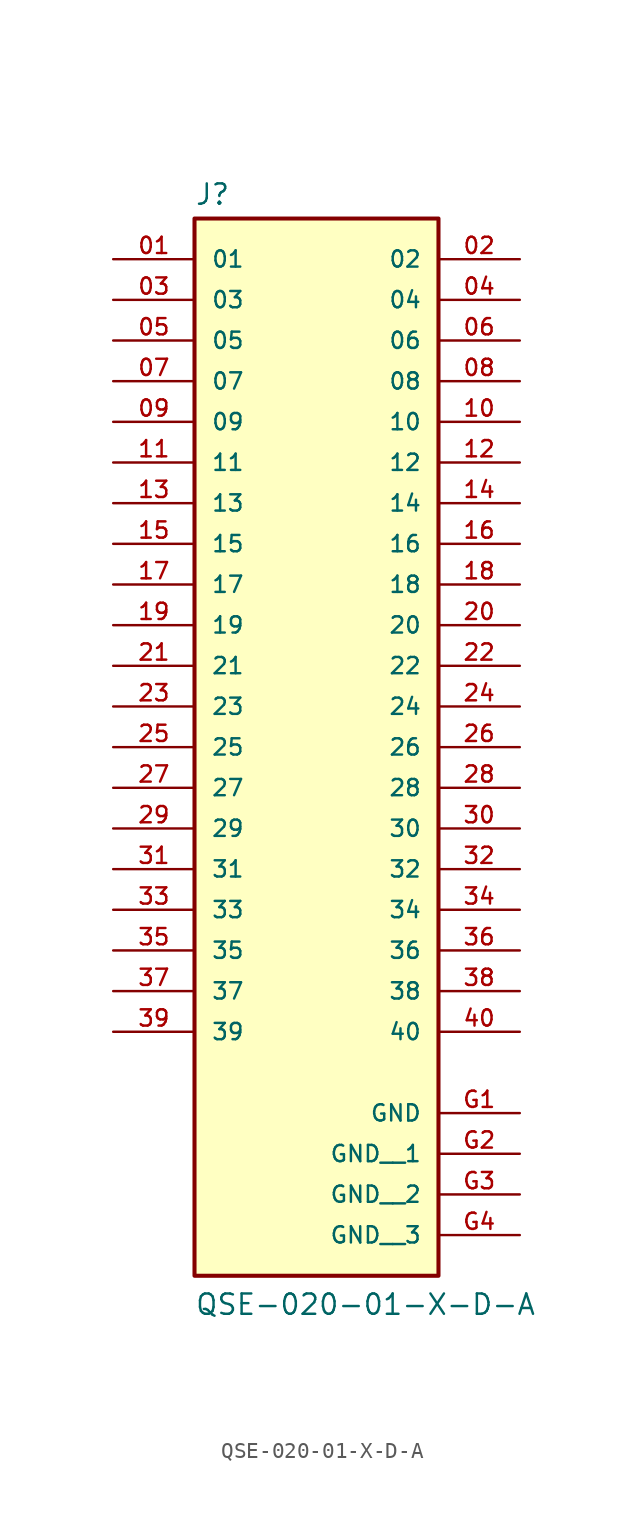
<source format=kicad_sym>
(kicad_symbol_lib
  (version 20211014)
  (generator kicad_symbol_editor)
  (symbol "QSE-020-01-X-D-A"
    (pin_names
      (offset 1.016))
    (property "Reference" "J"
      (at -7.62 28.702 0)
      (effects (font (size 1.27 1.27)) (justify bottom left)))
    (property "Value" "QSE-020-01-X-D-A"
      (at -7.62 -40.64 0)
      (effects (font (size 1.27 1.27)) (justify bottom left)))
    (symbol "QSE-020-01-X-D-A_0_0"
      (rectangle (start -7.62 -38.1) (end 7.62 27.94) (stroke (width 0.254)) (fill (type background)))
      (pin passive line (at -12.7 25.4 0) (length 5.08) (name "01" (effects (font (size 1.016 1.016)))) (number "01" (effects (font (size 1.016 1.016)))))
      (pin passive line (at 12.7 25.4 180.0) (length 5.08) (name "02" (effects (font (size 1.016 1.016)))) (number "02" (effects (font (size 1.016 1.016)))))
      (pin passive line (at -12.7 22.86 0) (length 5.08) (name "03" (effects (font (size 1.016 1.016)))) (number "03" (effects (font (size 1.016 1.016)))))
      (pin passive line (at 12.7 22.86 180.0) (length 5.08) (name "04" (effects (font (size 1.016 1.016)))) (number "04" (effects (font (size 1.016 1.016)))))
      (pin passive line (at -12.7 20.32 0) (length 5.08) (name "05" (effects (font (size 1.016 1.016)))) (number "05" (effects (font (size 1.016 1.016)))))
      (pin passive line (at 12.7 20.32 180.0) (length 5.08) (name "06" (effects (font (size 1.016 1.016)))) (number "06" (effects (font (size 1.016 1.016)))))
      (pin passive line (at -12.7 17.78 0) (length 5.08) (name "07" (effects (font (size 1.016 1.016)))) (number "07" (effects (font (size 1.016 1.016)))))
      (pin passive line (at 12.7 17.78 180.0) (length 5.08) (name "08" (effects (font (size 1.016 1.016)))) (number "08" (effects (font (size 1.016 1.016)))))
      (pin passive line (at -12.7 15.24 0) (length 5.08) (name "09" (effects (font (size 1.016 1.016)))) (number "09" (effects (font (size 1.016 1.016)))))
      (pin passive line (at 12.7 15.24 180.0) (length 5.08) (name "10" (effects (font (size 1.016 1.016)))) (number "10" (effects (font (size 1.016 1.016)))))
      (pin passive line (at -12.7 12.7 0) (length 5.08) (name "11" (effects (font (size 1.016 1.016)))) (number "11" (effects (font (size 1.016 1.016)))))
      (pin passive line (at 12.7 12.7 180.0) (length 5.08) (name "12" (effects (font (size 1.016 1.016)))) (number "12" (effects (font (size 1.016 1.016)))))
      (pin passive line (at -12.7 10.16 0) (length 5.08) (name "13" (effects (font (size 1.016 1.016)))) (number "13" (effects (font (size 1.016 1.016)))))
      (pin passive line (at 12.7 10.16 180.0) (length 5.08) (name "14" (effects (font (size 1.016 1.016)))) (number "14" (effects (font (size 1.016 1.016)))))
      (pin passive line (at -12.7 7.62 0) (length 5.08) (name "15" (effects (font (size 1.016 1.016)))) (number "15" (effects (font (size 1.016 1.016)))))
      (pin passive line (at 12.7 7.62 180.0) (length 5.08) (name "16" (effects (font (size 1.016 1.016)))) (number "16" (effects (font (size 1.016 1.016)))))
      (pin passive line (at -12.7 5.08 0) (length 5.08) (name "17" (effects (font (size 1.016 1.016)))) (number "17" (effects (font (size 1.016 1.016)))))
      (pin passive line (at 12.7 5.08 180.0) (length 5.08) (name "18" (effects (font (size 1.016 1.016)))) (number "18" (effects (font (size 1.016 1.016)))))
      (pin passive line (at -12.7 2.54 0) (length 5.08) (name "19" (effects (font (size 1.016 1.016)))) (number "19" (effects (font (size 1.016 1.016)))))
      (pin passive line (at 12.7 2.54 180.0) (length 5.08) (name "20" (effects (font (size 1.016 1.016)))) (number "20" (effects (font (size 1.016 1.016)))))
      (pin passive line (at -12.7 0.0 0) (length 5.08) (name "21" (effects (font (size 1.016 1.016)))) (number "21" (effects (font (size 1.016 1.016)))))
      (pin passive line (at 12.7 0.0 180.0) (length 5.08) (name "22" (effects (font (size 1.016 1.016)))) (number "22" (effects (font (size 1.016 1.016)))))
      (pin passive line (at -12.7 -2.54 0) (length 5.08) (name "23" (effects (font (size 1.016 1.016)))) (number "23" (effects (font (size 1.016 1.016)))))
      (pin passive line (at 12.7 -2.54 180.0) (length 5.08) (name "24" (effects (font (size 1.016 1.016)))) (number "24" (effects (font (size 1.016 1.016)))))
      (pin passive line (at -12.7 -5.08 0) (length 5.08) (name "25" (effects (font (size 1.016 1.016)))) (number "25" (effects (font (size 1.016 1.016)))))
      (pin passive line (at 12.7 -5.08 180.0) (length 5.08) (name "26" (effects (font (size 1.016 1.016)))) (number "26" (effects (font (size 1.016 1.016)))))
      (pin passive line (at -12.7 -7.62 0) (length 5.08) (name "27" (effects (font (size 1.016 1.016)))) (number "27" (effects (font (size 1.016 1.016)))))
      (pin passive line (at 12.7 -7.62 180.0) (length 5.08) (name "28" (effects (font (size 1.016 1.016)))) (number "28" (effects (font (size 1.016 1.016)))))
      (pin passive line (at -12.7 -10.16 0) (length 5.08) (name "29" (effects (font (size 1.016 1.016)))) (number "29" (effects (font (size 1.016 1.016)))))
      (pin passive line (at 12.7 -10.16 180.0) (length 5.08) (name "30" (effects (font (size 1.016 1.016)))) (number "30" (effects (font (size 1.016 1.016)))))
      (pin passive line (at -12.7 -12.7 0) (length 5.08) (name "31" (effects (font (size 1.016 1.016)))) (number "31" (effects (font (size 1.016 1.016)))))
      (pin passive line (at 12.7 -12.7 180.0) (length 5.08) (name "32" (effects (font (size 1.016 1.016)))) (number "32" (effects (font (size 1.016 1.016)))))
      (pin passive line (at -12.7 -15.24 0) (length 5.08) (name "33" (effects (font (size 1.016 1.016)))) (number "33" (effects (font (size 1.016 1.016)))))
      (pin passive line (at 12.7 -15.24 180.0) (length 5.08) (name "34" (effects (font (size 1.016 1.016)))) (number "34" (effects (font (size 1.016 1.016)))))
      (pin passive line (at -12.7 -17.78 0) (length 5.08) (name "35" (effects (font (size 1.016 1.016)))) (number "35" (effects (font (size 1.016 1.016)))))
      (pin passive line (at 12.7 -17.78 180.0) (length 5.08) (name "36" (effects (font (size 1.016 1.016)))) (number "36" (effects (font (size 1.016 1.016)))))
      (pin passive line (at -12.7 -20.32 0) (length 5.08) (name "37" (effects (font (size 1.016 1.016)))) (number "37" (effects (font (size 1.016 1.016)))))
      (pin passive line (at 12.7 -20.32 180.0) (length 5.08) (name "38" (effects (font (size 1.016 1.016)))) (number "38" (effects (font (size 1.016 1.016)))))
      (pin passive line (at -12.7 -22.86 0) (length 5.08) (name "39" (effects (font (size 1.016 1.016)))) (number "39" (effects (font (size 1.016 1.016)))))
      (pin passive line (at 12.7 -22.86 180.0) (length 5.08) (name "40" (effects (font (size 1.016 1.016)))) (number "40" (effects (font (size 1.016 1.016)))))
      (pin power_in line (at 12.7 -27.94 180.0) (length 5.08) (name "GND" (effects (font (size 1.016 1.016)))) (number "G1" (effects (font (size 1.016 1.016)))))
      (pin power_in line (at 12.7 -30.48 180.0) (length 5.08) (name "GND__1" (effects (font (size 1.016 1.016)))) (number "G2" (effects (font (size 1.016 1.016)))))
      (pin power_in line (at 12.7 -33.02 180.0) (length 5.08) (name "GND__2" (effects (font (size 1.016 1.016)))) (number "G3" (effects (font (size 1.016 1.016)))))
      (pin power_in line (at 12.7 -35.56 180.0) (length 5.08) (name "GND__3" (effects (font (size 1.016 1.016)))) (number "G4" (effects (font (size 1.016 1.016))))))))
</source>
